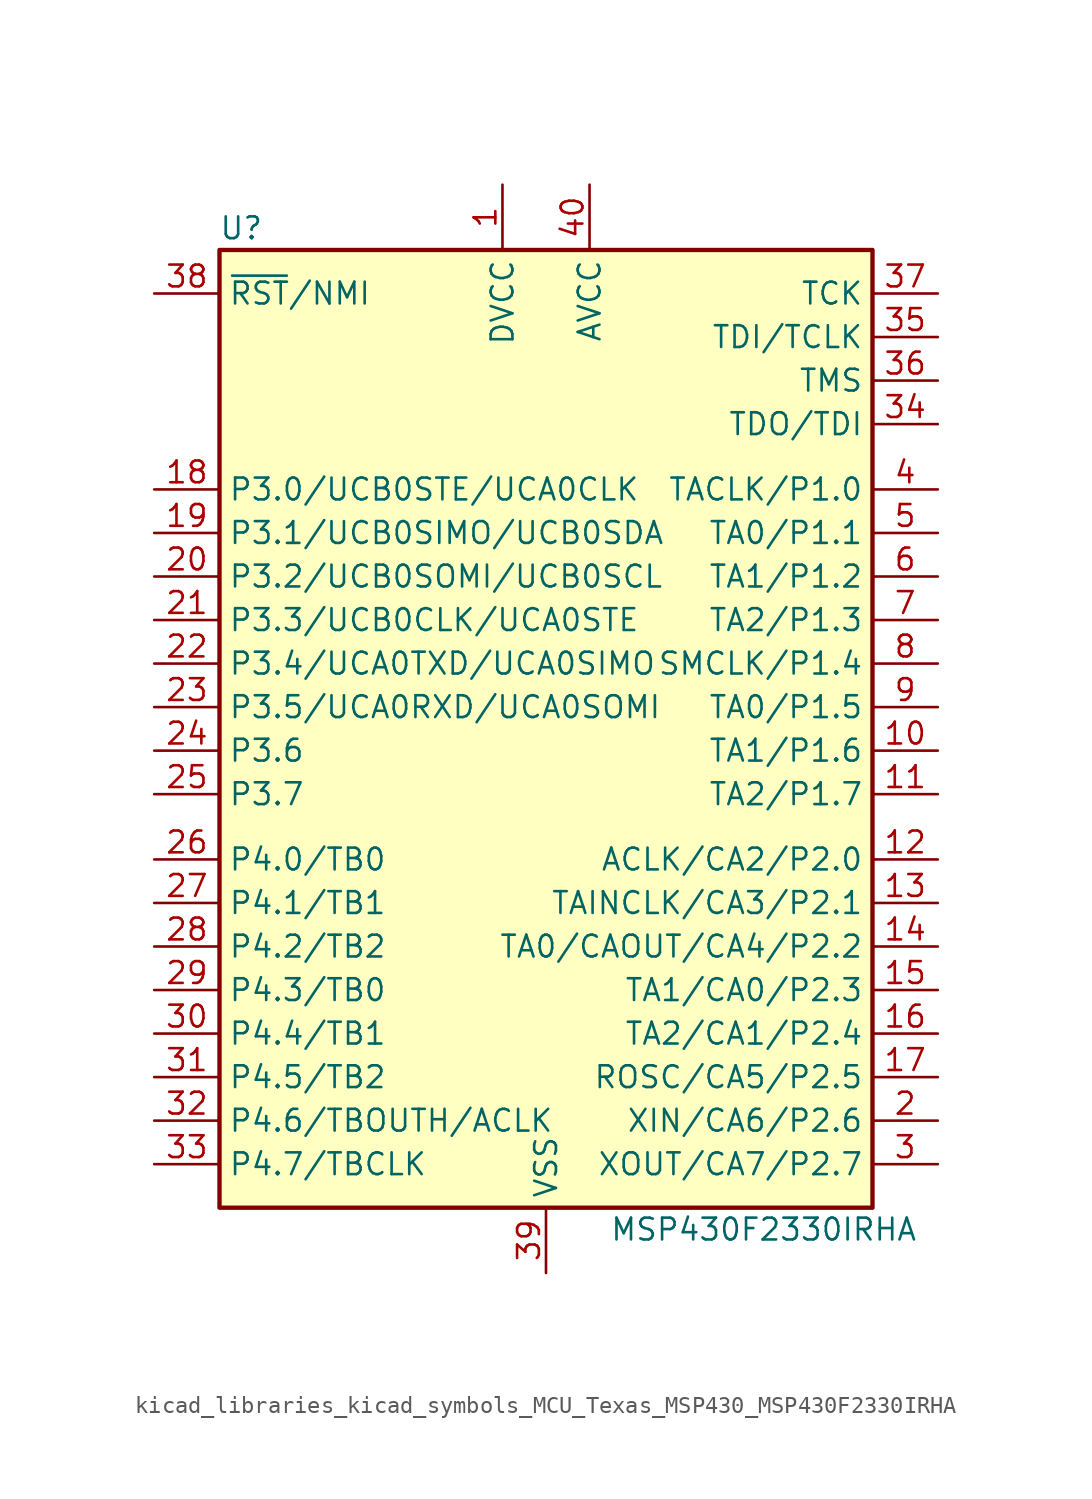
<source format=kicad_sym>
(kicad_symbol_lib
  (version 20220914)
  (generator kicad_symbol_editor)
  (symbol "kicad_libraries_kicad_symbols_MCU_Texas_MSP430_MSP430F2330IRHA"
    (property "Reference" "U"
      (at -17.78 29.21 0)
      (effects (font (size 1.27 1.27))))
    (property "Value" "MSP430F2330IRHA"
      (at 12.7 -29.21 0)
      (effects (font (size 1.27 1.27))))
    (symbol "kicad_libraries_kicad_symbols_MCU_Texas_MSP430_MSP430F2330IRHA_0_1"
      (rectangle (start -19.05 27.94) (end 19.05 -27.94) (stroke (width 0.254) (type default)) (fill (type background))))
    (symbol "kicad_libraries_kicad_symbols_MCU_Texas_MSP430_MSP430F2330IRHA_1_1"
      (pin power_in line (at -2.54 31.75 270) (length 3.81) (name "DVCC" (effects (font (size 1.27 1.27)))) (number "1" (effects (font (size 1.27 1.27)))))
      (pin bidirectional line (at 22.86 -1.27 180) (length 3.81) (name "TA1/P1.6" (effects (font (size 1.27 1.27)))) (number "10" (effects (font (size 1.27 1.27)))))
      (pin bidirectional line (at 22.86 -3.81 180) (length 3.81) (name "TA2/P1.7" (effects (font (size 1.27 1.27)))) (number "11" (effects (font (size 1.27 1.27)))))
      (pin bidirectional line (at 22.86 -7.62 180) (length 3.81) (name "ACLK/CA2/P2.0" (effects (font (size 1.27 1.27)))) (number "12" (effects (font (size 1.27 1.27)))))
      (pin bidirectional line (at 22.86 -10.16 180) (length 3.81) (name "TAINCLK/CA3/P2.1" (effects (font (size 1.27 1.27)))) (number "13" (effects (font (size 1.27 1.27)))))
      (pin bidirectional line (at 22.86 -12.7 180) (length 3.81) (name "TA0/CAOUT/CA4/P2.2" (effects (font (size 1.27 1.27)))) (number "14" (effects (font (size 1.27 1.27)))))
      (pin bidirectional line (at 22.86 -15.24 180) (length 3.81) (name "TA1/CA0/P2.3" (effects (font (size 1.27 1.27)))) (number "15" (effects (font (size 1.27 1.27)))))
      (pin bidirectional line (at 22.86 -17.78 180) (length 3.81) (name "TA2/CA1/P2.4" (effects (font (size 1.27 1.27)))) (number "16" (effects (font (size 1.27 1.27)))))
      (pin bidirectional line (at 22.86 -20.32 180) (length 3.81) (name "ROSC/CA5/P2.5" (effects (font (size 1.27 1.27)))) (number "17" (effects (font (size 1.27 1.27)))))
      (pin bidirectional line (at -22.86 13.97 0) (length 3.81) (name "P3.0/UCB0STE/UCA0CLK" (effects (font (size 1.27 1.27)))) (number "18" (effects (font (size 1.27 1.27)))))
      (pin bidirectional line (at -22.86 11.43 0) (length 3.81) (name "P3.1/UCB0SIMO/UCB0SDA" (effects (font (size 1.27 1.27)))) (number "19" (effects (font (size 1.27 1.27)))))
      (pin bidirectional line (at 22.86 -22.86 180) (length 3.81) (name "XIN/CA6/P2.6" (effects (font (size 1.27 1.27)))) (number "2" (effects (font (size 1.27 1.27)))))
      (pin bidirectional line (at -22.86 8.89 0) (length 3.81) (name "P3.2/UCB0SOMI/UCB0SCL" (effects (font (size 1.27 1.27)))) (number "20" (effects (font (size 1.27 1.27)))))
      (pin bidirectional line (at -22.86 6.35 0) (length 3.81) (name "P3.3/UCB0CLK/UCA0STE" (effects (font (size 1.27 1.27)))) (number "21" (effects (font (size 1.27 1.27)))))
      (pin bidirectional line (at -22.86 3.81 0) (length 3.81) (name "P3.4/UCA0TXD/UCA0SIMO" (effects (font (size 1.27 1.27)))) (number "22" (effects (font (size 1.27 1.27)))))
      (pin bidirectional line (at -22.86 1.27 0) (length 3.81) (name "P3.5/UCA0RXD/UCA0SOMI" (effects (font (size 1.27 1.27)))) (number "23" (effects (font (size 1.27 1.27)))))
      (pin bidirectional line (at -22.86 -1.27 0) (length 3.81) (name "P3.6" (effects (font (size 1.27 1.27)))) (number "24" (effects (font (size 1.27 1.27)))))
      (pin bidirectional line (at -22.86 -3.81 0) (length 3.81) (name "P3.7" (effects (font (size 1.27 1.27)))) (number "25" (effects (font (size 1.27 1.27)))))
      (pin bidirectional line (at -22.86 -7.62 0) (length 3.81) (name "P4.0/TB0" (effects (font (size 1.27 1.27)))) (number "26" (effects (font (size 1.27 1.27)))))
      (pin bidirectional line (at -22.86 -10.16 0) (length 3.81) (name "P4.1/TB1" (effects (font (size 1.27 1.27)))) (number "27" (effects (font (size 1.27 1.27)))))
      (pin bidirectional line (at -22.86 -12.7 0) (length 3.81) (name "P4.2/TB2" (effects (font (size 1.27 1.27)))) (number "28" (effects (font (size 1.27 1.27)))))
      (pin bidirectional line (at -22.86 -15.24 0) (length 3.81) (name "P4.3/TB0" (effects (font (size 1.27 1.27)))) (number "29" (effects (font (size 1.27 1.27)))))
      (pin bidirectional line (at 22.86 -25.4 180) (length 3.81) (name "XOUT/CA7/P2.7" (effects (font (size 1.27 1.27)))) (number "3" (effects (font (size 1.27 1.27)))))
      (pin bidirectional line (at -22.86 -17.78 0) (length 3.81) (name "P4.4/TB1" (effects (font (size 1.27 1.27)))) (number "30" (effects (font (size 1.27 1.27)))))
      (pin bidirectional line (at -22.86 -20.32 0) (length 3.81) (name "P4.5/TB2" (effects (font (size 1.27 1.27)))) (number "31" (effects (font (size 1.27 1.27)))))
      (pin bidirectional line (at -22.86 -22.86 0) (length 3.81) (name "P4.6/TBOUTH/ACLK" (effects (font (size 1.27 1.27)))) (number "32" (effects (font (size 1.27 1.27)))))
      (pin bidirectional line (at -22.86 -25.4 0) (length 3.81) (name "P4.7/TBCLK" (effects (font (size 1.27 1.27)))) (number "33" (effects (font (size 1.27 1.27)))))
      (pin bidirectional line (at 22.86 17.78 180) (length 3.81) (name "TDO/TDI" (effects (font (size 1.27 1.27)))) (number "34" (effects (font (size 1.27 1.27)))))
      (pin input line (at 22.86 22.86 180) (length 3.81) (name "TDI/TCLK" (effects (font (size 1.27 1.27)))) (number "35" (effects (font (size 1.27 1.27)))))
      (pin input line (at 22.86 20.32 180) (length 3.81) (name "TMS" (effects (font (size 1.27 1.27)))) (number "36" (effects (font (size 1.27 1.27)))))
      (pin input line (at 22.86 25.4 180) (length 3.81) (name "TCK" (effects (font (size 1.27 1.27)))) (number "37" (effects (font (size 1.27 1.27)))))
      (pin input line (at -22.86 25.4 0) (length 3.81) (name "~{RST}/NMI" (effects (font (size 1.27 1.27)))) (number "38" (effects (font (size 1.27 1.27)))))
      (pin power_in line (at 0 -31.75 90) (length 3.81) (name "VSS" (effects (font (size 1.27 1.27)))) (number "39" (effects (font (size 1.27 1.27)))))
      (pin bidirectional line (at 22.86 13.97 180) (length 3.81) (name "TACLK/P1.0" (effects (font (size 1.27 1.27)))) (number "4" (effects (font (size 1.27 1.27)))))
      (pin power_in line (at 2.54 31.75 270) (length 3.81) (name "AVCC" (effects (font (size 1.27 1.27)))) (number "40" (effects (font (size 1.27 1.27)))))
      (pin bidirectional line (at 22.86 11.43 180) (length 3.81) (name "TA0/P1.1" (effects (font (size 1.27 1.27)))) (number "5" (effects (font (size 1.27 1.27)))))
      (pin bidirectional line (at 22.86 8.89 180) (length 3.81) (name "TA1/P1.2" (effects (font (size 1.27 1.27)))) (number "6" (effects (font (size 1.27 1.27)))))
      (pin bidirectional line (at 22.86 6.35 180) (length 3.81) (name "TA2/P1.3" (effects (font (size 1.27 1.27)))) (number "7" (effects (font (size 1.27 1.27)))))
      (pin bidirectional line (at 22.86 3.81 180) (length 3.81) (name "SMCLK/P1.4" (effects (font (size 1.27 1.27)))) (number "8" (effects (font (size 1.27 1.27)))))
      (pin bidirectional line (at 22.86 1.27 180) (length 3.81) (name "TA0/P1.5" (effects (font (size 1.27 1.27)))) (number "9" (effects (font (size 1.27 1.27))))))))
</source>
